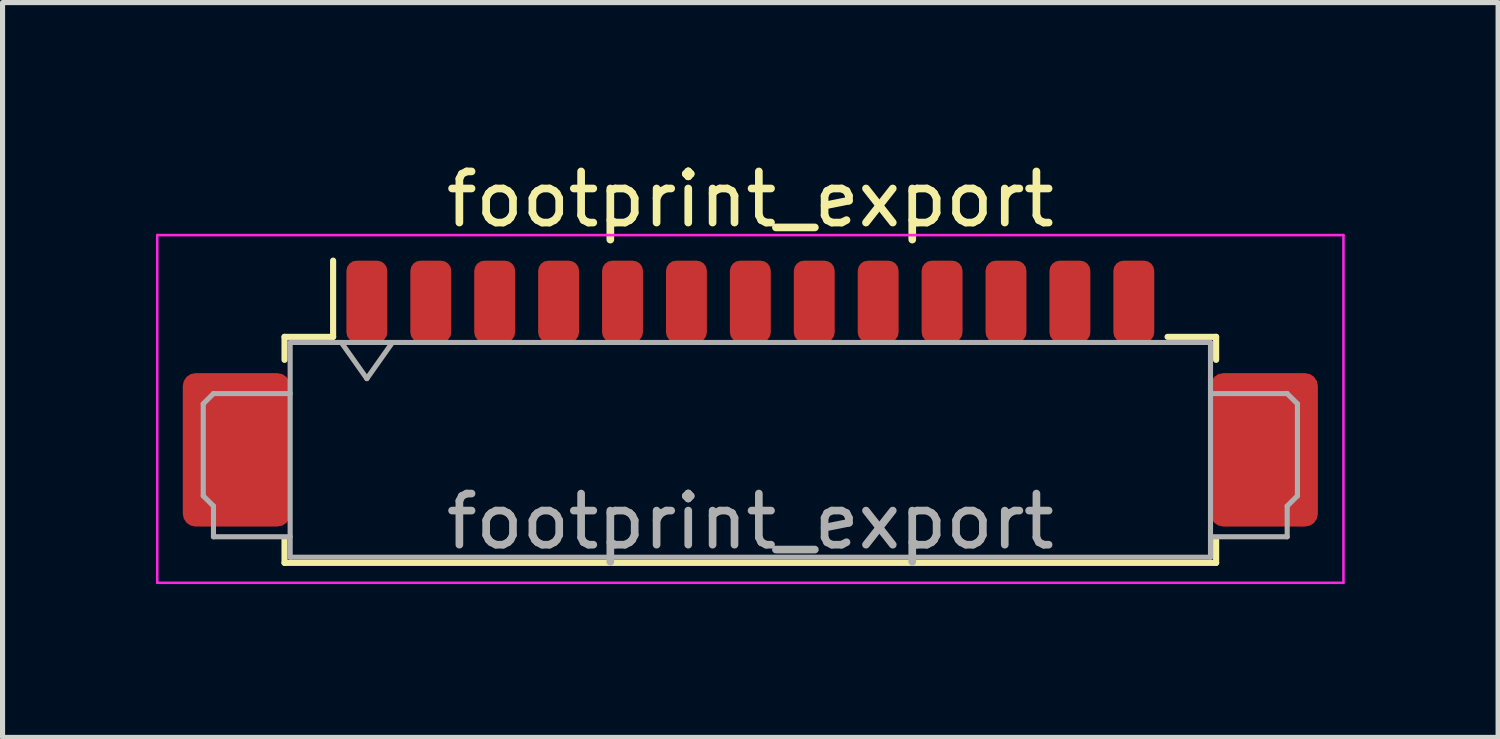
<source format=kicad_pcb>
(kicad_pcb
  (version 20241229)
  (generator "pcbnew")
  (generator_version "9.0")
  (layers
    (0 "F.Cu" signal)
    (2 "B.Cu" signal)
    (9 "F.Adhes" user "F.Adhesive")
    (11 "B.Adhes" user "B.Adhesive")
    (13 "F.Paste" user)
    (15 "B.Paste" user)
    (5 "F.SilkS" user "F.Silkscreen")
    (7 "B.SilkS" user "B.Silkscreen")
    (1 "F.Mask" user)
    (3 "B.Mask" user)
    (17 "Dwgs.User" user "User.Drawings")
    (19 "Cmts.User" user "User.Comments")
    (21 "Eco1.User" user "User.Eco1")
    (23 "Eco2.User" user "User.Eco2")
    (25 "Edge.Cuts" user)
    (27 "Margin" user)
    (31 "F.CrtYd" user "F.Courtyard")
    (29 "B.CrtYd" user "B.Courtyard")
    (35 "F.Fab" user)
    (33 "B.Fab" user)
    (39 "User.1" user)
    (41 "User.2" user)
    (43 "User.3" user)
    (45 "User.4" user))
  (footprint "footprint_export"
    (layer "F.Cu")
    (at 11.625 5.248)
    (property "Reference" "footprint_export" (at 0 -4.4 0) (layer "F.SilkS") (effects (font (size 1 1) (thickness 0.15))))
    (attr smd)
    (fp_line (start -9.11 -1.71) (end -8.16 -1.71) (stroke (width 0.12) (type solid)) (layer "F.SilkS"))
    (fp_line (start -9.11 -1.26) (end -9.11 -1.71) (stroke (width 0.12) (type solid)) (layer "F.SilkS"))
    (fp_line (start -9.11 2.26) (end -9.11 2.71) (stroke (width 0.12) (type solid)) (layer "F.SilkS"))
    (fp_line (start -9.11 2.71) (end 9.11 2.71) (stroke (width 0.12) (type solid)) (layer "F.SilkS"))
    (fp_line (start -8.16 -1.71) (end -8.16 -3.2) (stroke (width 0.12) (type solid)) (layer "F.SilkS"))
    (fp_line (start 9.11 -1.71) (end 8.16 -1.71) (stroke (width 0.12) (type solid)) (layer "F.SilkS"))
    (fp_line (start 9.11 -1.26) (end 9.11 -1.71) (stroke (width 0.12) (type solid)) (layer "F.SilkS"))
    (fp_line (start 9.11 2.71) (end 9.11 2.26) (stroke (width 0.12) (type solid)) (layer "F.SilkS"))
    (fp_line (start -11.6 -3.7) (end -11.6 3.1) (stroke (width 0.05) (type solid)) (layer "F.CrtYd"))
    (fp_line (start -11.6 3.1) (end 11.6 3.1) (stroke (width 0.05) (type solid)) (layer "F.CrtYd"))
    (fp_line (start 11.6 -3.7) (end -11.6 -3.7) (stroke (width 0.05) (type solid)) (layer "F.CrtYd"))
    (fp_line (start 11.6 3.1) (end 11.6 -3.7) (stroke (width 0.05) (type solid)) (layer "F.CrtYd"))
    (fp_line (start -10.7 -0.4) (end -10.7 1.4) (stroke (width 0.1) (type solid)) (layer "F.Fab"))
    (fp_line (start -10.7 1.4) (end -10.5 1.6) (stroke (width 0.1) (type solid)) (layer "F.Fab"))
    (fp_line (start -10.5 -0.6) (end -10.7 -0.4) (stroke (width 0.1) (type solid)) (layer "F.Fab"))
    (fp_line (start -10.5 1.6) (end -10.5 2.2) (stroke (width 0.1) (type solid)) (layer "F.Fab"))
    (fp_line (start -10.5 2.2) (end -9 2.2) (stroke (width 0.1) (type solid)) (layer "F.Fab"))
    (fp_line (start -9 -1.6) (end -9 2.6) (stroke (width 0.1) (type solid)) (layer "F.Fab"))
    (fp_line (start -9 -1.6) (end 9 -1.6) (stroke (width 0.1) (type solid)) (layer "F.Fab"))
    (fp_line (start -9 -0.6) (end -10.5 -0.6) (stroke (width 0.1) (type solid)) (layer "F.Fab"))
    (fp_line (start -9 2.6) (end 9 2.6) (stroke (width 0.1) (type solid)) (layer "F.Fab"))
    (fp_line (start -8 -1.6) (end -7.5 -0.893) (stroke (width 0.1) (type solid)) (layer "F.Fab"))
    (fp_line (start -7.5 -0.893) (end -7 -1.6) (stroke (width 0.1) (type solid)) (layer "F.Fab"))
    (fp_line (start 9 -1.6) (end 9 2.6) (stroke (width 0.1) (type solid)) (layer "F.Fab"))
    (fp_line (start 9 -0.6) (end 10.5 -0.6) (stroke (width 0.1) (type solid)) (layer "F.Fab"))
    (fp_line (start 10.5 -0.6) (end 10.7 -0.4) (stroke (width 0.1) (type solid)) (layer "F.Fab"))
    (fp_line (start 10.5 1.6) (end 10.5 2.2) (stroke (width 0.1) (type solid)) (layer "F.Fab"))
    (fp_line (start 10.5 2.2) (end 9 2.2) (stroke (width 0.1) (type solid)) (layer "F.Fab"))
    (fp_line (start 10.7 -0.4) (end 10.7 1.4) (stroke (width 0.1) (type solid)) (layer "F.Fab"))
    (fp_line (start 10.7 1.4) (end 10.5 1.6) (stroke (width 0.1) (type solid)) (layer "F.Fab"))
    (fp_text user "${REFERENCE}" (at 0 1.9 0) (layer "F.Fab") (effects (font (size 1 1) (thickness 0.15))))
    (pad "1" smd roundrect (at -7.5 -2.4) (size 0.8 1.6) (layers "F.Cu" "F.Mask" "F.Paste") (roundrect_rratio 0.25))
    (pad "2" smd roundrect (at -6.25 -2.4) (size 0.8 1.6) (layers "F.Cu" "F.Mask" "F.Paste") (roundrect_rratio 0.25))
    (pad "3" smd roundrect (at -5 -2.4) (size 0.8 1.6) (layers "F.Cu" "F.Mask" "F.Paste") (roundrect_rratio 0.25))
    (pad "4" smd roundrect (at -3.75 -2.4) (size 0.8 1.6) (layers "F.Cu" "F.Mask" "F.Paste") (roundrect_rratio 0.25))
    (pad "5" smd roundrect (at -2.5 -2.4) (size 0.8 1.6) (layers "F.Cu" "F.Mask" "F.Paste") (roundrect_rratio 0.25))
    (pad "6" smd roundrect (at -1.25 -2.4) (size 0.8 1.6) (layers "F.Cu" "F.Mask" "F.Paste") (roundrect_rratio 0.25))
    (pad "7" smd roundrect (at 0 -2.4) (size 0.8 1.6) (layers "F.Cu" "F.Mask" "F.Paste") (roundrect_rratio 0.25))
    (pad "8" smd roundrect (at 1.25 -2.4) (size 0.8 1.6) (layers "F.Cu" "F.Mask" "F.Paste") (roundrect_rratio 0.25))
    (pad "9" smd roundrect (at 2.5 -2.4) (size 0.8 1.6) (layers "F.Cu" "F.Mask" "F.Paste") (roundrect_rratio 0.25))
    (pad "10" smd roundrect (at 3.75 -2.4) (size 0.8 1.6) (layers "F.Cu" "F.Mask" "F.Paste") (roundrect_rratio 0.25))
    (pad "11" smd roundrect (at 5 -2.4) (size 0.8 1.6) (layers "F.Cu" "F.Mask" "F.Paste") (roundrect_rratio 0.25))
    (pad "12" smd roundrect (at 6.25 -2.4) (size 0.8 1.6) (layers "F.Cu" "F.Mask" "F.Paste") (roundrect_rratio 0.25))
    (pad "13" smd roundrect (at 7.5 -2.4) (size 0.8 1.6) (layers "F.Cu" "F.Mask" "F.Paste") (roundrect_rratio 0.25))
    (pad "MP" smd roundrect (at -10.05 0.5) (size 2.1 3) (layers "F.Cu" "F.Mask" "F.Paste") (roundrect_rratio 0.119))
    (pad "MP" smd roundrect (at 10.05 0.5) (size 2.1 3) (layers "F.Cu" "F.Mask" "F.Paste") (roundrect_rratio 0.119)))
  (gr_rect
    (start -3 -3)
    (end 26.25 11.373)
    (stroke (width 0.1) (type default))
    (fill no)
    (layer "Edge.Cuts")))
</source>
